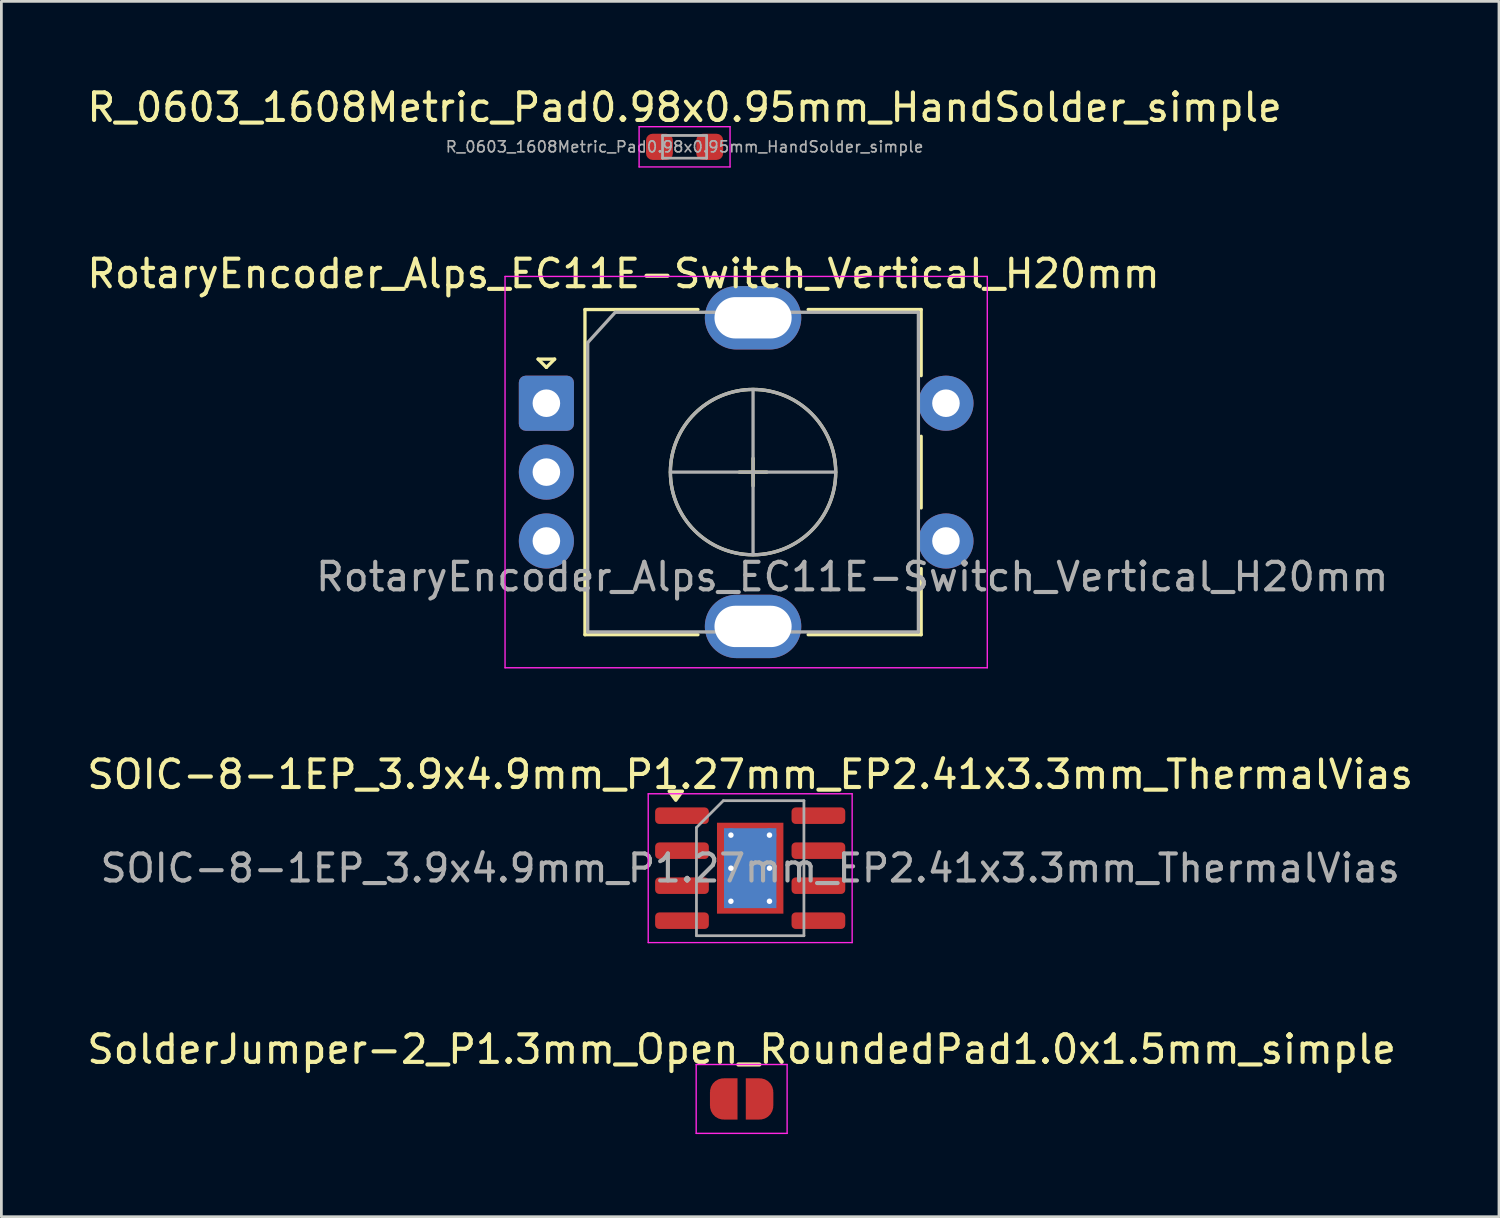
<source format=kicad_pcb>
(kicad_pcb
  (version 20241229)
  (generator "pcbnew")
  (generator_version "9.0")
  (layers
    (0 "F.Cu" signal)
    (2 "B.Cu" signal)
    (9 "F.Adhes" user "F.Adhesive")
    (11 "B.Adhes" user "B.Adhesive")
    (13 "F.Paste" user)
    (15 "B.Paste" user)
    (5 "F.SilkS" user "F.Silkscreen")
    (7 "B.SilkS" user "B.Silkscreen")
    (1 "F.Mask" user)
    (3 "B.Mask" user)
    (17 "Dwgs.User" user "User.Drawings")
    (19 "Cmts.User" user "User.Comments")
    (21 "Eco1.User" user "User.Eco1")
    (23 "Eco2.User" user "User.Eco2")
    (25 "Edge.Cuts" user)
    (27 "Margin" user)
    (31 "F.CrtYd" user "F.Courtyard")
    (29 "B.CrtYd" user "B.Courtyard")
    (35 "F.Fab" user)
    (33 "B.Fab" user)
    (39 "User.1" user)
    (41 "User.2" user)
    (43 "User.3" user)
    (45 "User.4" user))
  (footprint "RotaryEncoder_Alps_EC11E-Switch_Vertical_H20mm"
    (layer "F.Cu")
    (at 16.777 11.582)
    (property "Reference" "RotaryEncoder_Alps_EC11E-Switch_Vertical_H20mm" (at 2.8 -4.7 0) (layer "F.SilkS") (effects (font (size 1 1) (thickness 0.15))))
    (attr through_hole)
    (fp_line (start -0.3 -1.6) (end 0.3 -1.6) (stroke (width 0.12) (type solid)) (layer "F.SilkS"))
    (fp_line (start 0 -1.3) (end -0.3 -1.6) (stroke (width 0.12) (type solid)) (layer "F.SilkS"))
    (fp_line (start 0.3 -1.6) (end 0 -1.3) (stroke (width 0.12) (type solid)) (layer "F.SilkS"))
    (fp_line (start 1.4 -3.4) (end 1.4 8.4) (stroke (width 0.12) (type solid)) (layer "F.SilkS"))
    (fp_line (start 5.5 -3.4) (end 1.4 -3.4) (stroke (width 0.12) (type solid)) (layer "F.SilkS"))
    (fp_line (start 5.5 8.4) (end 1.4 8.4) (stroke (width 0.12) (type solid)) (layer "F.SilkS"))
    (fp_line (start 7 2.5) (end 8 2.5) (stroke (width 0.12) (type solid)) (layer "F.SilkS"))
    (fp_line (start 7.5 2) (end 7.5 3) (stroke (width 0.12) (type solid)) (layer "F.SilkS"))
    (fp_line (start 9.5 -3.4) (end 13.6 -3.4) (stroke (width 0.12) (type solid)) (layer "F.SilkS"))
    (fp_line (start 13.6 -3.4) (end 13.6 -1) (stroke (width 0.12) (type solid)) (layer "F.SilkS"))
    (fp_line (start 13.6 1.2) (end 13.6 3.8) (stroke (width 0.12) (type solid)) (layer "F.SilkS"))
    (fp_line (start 13.6 6) (end 13.6 8.4) (stroke (width 0.12) (type solid)) (layer "F.SilkS"))
    (fp_line (start 13.6 8.4) (end 9.5 8.4) (stroke (width 0.12) (type solid)) (layer "F.SilkS"))
    (fp_circle (center 7.5 2.5) (end 10.5 2.5) (stroke (width 0.12) (type solid)) (fill no) (layer "F.SilkS"))
    (fp_line (start -1.5 -4.6) (end -1.5 9.6) (stroke (width 0.05) (type solid)) (layer "F.CrtYd"))
    (fp_line (start -1.5 -4.6) (end 16 -4.6) (stroke (width 0.05) (type solid)) (layer "F.CrtYd"))
    (fp_line (start 16 9.6) (end -1.5 9.6) (stroke (width 0.05) (type solid)) (layer "F.CrtYd"))
    (fp_line (start 16 9.6) (end 16 -4.6) (stroke (width 0.05) (type solid)) (layer "F.CrtYd"))
    (fp_line (start 1.5 -2.2) (end 2.5 -3.3) (stroke (width 0.12) (type solid)) (layer "F.Fab"))
    (fp_line (start 1.5 8.3) (end 1.5 -2.2) (stroke (width 0.12) (type solid)) (layer "F.Fab"))
    (fp_line (start 2.5 -3.3) (end 13.5 -3.3) (stroke (width 0.12) (type solid)) (layer "F.Fab"))
    (fp_line (start 4.5 2.5) (end 10.5 2.5) (stroke (width 0.12) (type solid)) (layer "F.Fab"))
    (fp_line (start 7.5 -0.5) (end 7.5 5.5) (stroke (width 0.12) (type solid)) (layer "F.Fab"))
    (fp_line (start 13.5 -3.3) (end 13.5 8.3) (stroke (width 0.12) (type solid)) (layer "F.Fab"))
    (fp_line (start 13.5 8.3) (end 1.5 8.3) (stroke (width 0.12) (type solid)) (layer "F.Fab"))
    (fp_circle (center 7.5 2.5) (end 10.5 2.5) (stroke (width 0.12) (type solid)) (fill no) (layer "F.Fab"))
    (fp_text user "${REFERENCE}" (at 11.1 6.3 0) (layer "F.Fab") (effects (font (size 1 1) (thickness 0.15))))
    (pad "A" thru_hole roundrect (at 0 0) (size 2 2) (drill 1) (layers "*.Cu" "*.Mask") (roundrect_rratio 0.125))
    (pad "B" thru_hole circle (at 0 5) (size 2 2) (drill 1) (layers "*.Cu" "*.Mask"))
    (pad "C" thru_hole circle (at 0 2.5) (size 2 2) (drill 1) (layers "*.Cu" "*.Mask"))
    (pad "MP" thru_hole oval (at 7.5 -3.1) (size 3.5 2.3) (drill oval 2.8 1.5) (layers "*.Cu" "*.Mask"))
    (pad "MP" thru_hole oval (at 7.5 8.1) (size 3.5 2.3) (drill oval 2.8 1.5) (layers "*.Cu" "*.Mask"))
    (pad "S1" thru_hole circle (at 14.5 5) (size 2 2) (drill 1) (layers "*.Cu" "*.Mask"))
    (pad "S2" thru_hole circle (at 14.5 0) (size 2 2) (drill 1) (layers "*.Cu" "*.Mask")))
  (footprint "SOIC-8-1EP_3.9x4.9mm_P1.27mm_EP2.41x3.3mm_ThermalVias"
    (layer "F.Cu")
    (at 24.173 28.455)
    (property "Reference" "SOIC-8-1EP_3.9x4.9mm_P1.27mm_EP2.41x3.3mm_ThermalVias" (at 0 -3.4 0) (layer "F.SilkS") (effects (font (size 1 1) (thickness 0.15))))
    (attr smd)
    (fp_poly (pts (xy -2.7 -2.465) (xy -2.94 -2.795) (xy -2.46 -2.795) (xy -2.7 -2.465)) (stroke (width 0.12) (type solid)) (fill yes) (layer "F.SilkS"))
    (fp_line (start -3.7 -2.7) (end -3.7 2.7) (stroke (width 0.05) (type solid)) (layer "F.CrtYd"))
    (fp_line (start -3.7 2.7) (end 3.7 2.7) (stroke (width 0.05) (type solid)) (layer "F.CrtYd"))
    (fp_line (start 3.7 -2.7) (end -3.7 -2.7) (stroke (width 0.05) (type solid)) (layer "F.CrtYd"))
    (fp_line (start 3.7 2.7) (end 3.7 -2.7) (stroke (width 0.05) (type solid)) (layer "F.CrtYd"))
    (fp_line (start -1.95 -1.475) (end -0.975 -2.45) (stroke (width 0.1) (type solid)) (layer "F.Fab"))
    (fp_line (start -1.95 2.45) (end -1.95 -1.475) (stroke (width 0.1) (type solid)) (layer "F.Fab"))
    (fp_line (start -0.975 -2.45) (end 1.95 -2.45) (stroke (width 0.1) (type solid)) (layer "F.Fab"))
    (fp_line (start 1.95 -2.45) (end 1.95 2.45) (stroke (width 0.1) (type solid)) (layer "F.Fab"))
    (fp_line (start 1.95 2.45) (end -1.95 2.45) (stroke (width 0.1) (type solid)) (layer "F.Fab"))
    (fp_text user "${REFERENCE}" (at 0 0 0) (layer "F.Fab") (effects (font (size 0.98 0.98) (thickness 0.15))))
    (pad "" smd roundrect (at -0.6 -0.825) (size 1.01 1.38) (layers "F.Paste") (roundrect_rratio 0.248))
    (pad "" smd roundrect (at -0.6 0.825) (size 1.01 1.38) (layers "F.Paste") (roundrect_rratio 0.248))
    (pad "" smd roundrect (at 0.6 -0.825) (size 1.01 1.38) (layers "F.Paste") (roundrect_rratio 0.248))
    (pad "" smd roundrect (at 0.6 0.825) (size 1.01 1.38) (layers "F.Paste") (roundrect_rratio 0.248))
    (pad "1" smd roundrect (at -2.475 -1.905) (size 1.95 0.6) (layers "F.Cu" "F.Mask" "F.Paste") (roundrect_rratio 0.25))
    (pad "2" smd roundrect (at -2.475 -0.635) (size 1.95 0.6) (layers "F.Cu" "F.Mask" "F.Paste") (roundrect_rratio 0.25))
    (pad "3" smd roundrect (at -2.475 0.635) (size 1.95 0.6) (layers "F.Cu" "F.Mask" "F.Paste") (roundrect_rratio 0.25))
    (pad "4" smd roundrect (at -2.475 1.905) (size 1.95 0.6) (layers "F.Cu" "F.Mask" "F.Paste") (roundrect_rratio 0.25))
    (pad "5" smd roundrect (at 2.475 1.905) (size 1.95 0.6) (layers "F.Cu" "F.Mask" "F.Paste") (roundrect_rratio 0.25))
    (pad "6" smd roundrect (at 2.475 0.635) (size 1.95 0.6) (layers "F.Cu" "F.Mask" "F.Paste") (roundrect_rratio 0.25))
    (pad "7" smd roundrect (at 2.475 -0.635) (size 1.95 0.6) (layers "F.Cu" "F.Mask" "F.Paste") (roundrect_rratio 0.25))
    (pad "8" smd roundrect (at 2.475 -1.905) (size 1.95 0.6) (layers "F.Cu" "F.Mask" "F.Paste") (roundrect_rratio 0.25))
    (pad "9" thru_hole circle (at -0.7 -1.2) (size 0.5 0.5) (drill 0.2) (property pad_prop_heatsink) (layers "*.Cu"))
    (pad "9" thru_hole circle (at -0.7 0) (size 0.5 0.5) (drill 0.2) (property pad_prop_heatsink) (layers "*.Cu"))
    (pad "9" thru_hole circle (at -0.7 1.2) (size 0.5 0.5) (drill 0.2) (property pad_prop_heatsink) (layers "*.Cu"))
    (pad "9" smd rect (at 0 0) (size 1.9 2.9) (property pad_prop_heatsink) (layers "B.Cu"))
    (pad "9" smd rect (at 0 0) (size 2.41 3.3) (property pad_prop_heatsink) (layers "F.Cu" "F.Mask"))
    (pad "9" thru_hole circle (at 0.7 -1.2) (size 0.5 0.5) (drill 0.2) (property pad_prop_heatsink) (layers "*.Cu"))
    (pad "9" thru_hole circle (at 0.7 0) (size 0.5 0.5) (drill 0.2) (property pad_prop_heatsink) (layers "*.Cu"))
    (pad "9" thru_hole circle (at 0.7 1.2) (size 0.5 0.5) (drill 0.2) (property pad_prop_heatsink) (layers "*.Cu")))
  (footprint "SolderJumper-2_P1.3mm_Open_RoundedPad1.0x1.5mm_simple"
    (layer "F.Cu")
    (at 23.863 36.828)
    (property "Reference" "SolderJumper-2_P1.3mm_Open_RoundedPad1.0x1.5mm_simple" (at 0 -1.8 0) (layer "F.SilkS") (effects (font (size 1 1) (thickness 0.15))))
    (attr exclude_from_pos_files exclude_from_bom)
    (fp_line (start -1.65 -1.25) (end -1.65 1.25) (stroke (width 0.05) (type solid)) (layer "F.CrtYd"))
    (fp_line (start -1.65 -1.25) (end 1.65 -1.25) (stroke (width 0.05) (type solid)) (layer "F.CrtYd"))
    (fp_line (start 1.65 1.25) (end -1.65 1.25) (stroke (width 0.05) (type solid)) (layer "F.CrtYd"))
    (fp_line (start 1.65 1.25) (end 1.65 -1.25) (stroke (width 0.05) (type solid)) (layer "F.CrtYd"))
    (pad "1" smd custom (at -0.65 0) (size 1 0.5) (layers "F.Cu" "F.Mask") (options (anchor rect)) (primitives (gr_circle (center 0 0.25) (end 0.5 0.25) (width 0) (fill yes)) (gr_circle (center 0 -0.25) (end 0.5 -0.25) (width 0) (fill yes)) (gr_poly (pts (xy 0.5 0.75) (xy 0 0.75) (xy 0 -0.75) (xy 0.5 -0.75)) (width 0) (fill yes))))
    (pad "2" smd custom (at 0.65 0) (size 1 0.5) (layers "F.Cu" "F.Mask") (options (anchor rect)) (primitives (gr_circle (center 0 0.25) (end 0.5 0.25) (width 0) (fill yes)) (gr_circle (center 0 -0.25) (end 0.5 -0.25) (width 0) (fill yes)) (gr_poly (pts (xy 0 0.75) (xy -0.5 0.75) (xy -0.5 -0.75) (xy 0 -0.75)) (width 0) (fill yes)))))
  (footprint "R_0603_1608Metric_Pad0.98x0.95mm_HandSolder_simple"
    (layer "F.Cu")
    (at 21.792 2.278)
    (property "Reference" "R_0603_1608Metric_Pad0.98x0.95mm_HandSolder_simple" (at 0 -1.43 0) (layer "F.SilkS") (effects (font (size 1 1) (thickness 0.15))))
    (attr smd)
    (fp_line (start -1.65 -0.73) (end 1.65 -0.73) (stroke (width 0.05) (type solid)) (layer "F.CrtYd"))
    (fp_line (start -1.65 0.73) (end -1.65 -0.73) (stroke (width 0.05) (type solid)) (layer "F.CrtYd"))
    (fp_line (start 1.65 -0.73) (end 1.65 0.73) (stroke (width 0.05) (type solid)) (layer "F.CrtYd"))
    (fp_line (start 1.65 0.73) (end -1.65 0.73) (stroke (width 0.05) (type solid)) (layer "F.CrtYd"))
    (fp_line (start -0.8 -0.412) (end 0.8 -0.412) (stroke (width 0.1) (type solid)) (layer "F.Fab"))
    (fp_line (start -0.8 0.412) (end -0.8 -0.412) (stroke (width 0.1) (type solid)) (layer "F.Fab"))
    (fp_line (start 0.8 -0.412) (end 0.8 0.412) (stroke (width 0.1) (type solid)) (layer "F.Fab"))
    (fp_line (start 0.8 0.412) (end -0.8 0.412) (stroke (width 0.1) (type solid)) (layer "F.Fab"))
    (fp_text user "${REFERENCE}" (at 0 0 0) (layer "F.Fab") (effects (font (size 0.4 0.4) (thickness 0.06))))
    (pad "1" smd roundrect (at -0.912 0) (size 0.975 0.95) (layers "F.Cu" "F.Mask" "F.Paste") (roundrect_rratio 0.25))
    (pad "2" smd roundrect (at 0.912 0) (size 0.975 0.95) (layers "F.Cu" "F.Mask" "F.Paste") (roundrect_rratio 0.25)))
  (gr_rect
    (start -3 -3)
    (end 51.345 41.103)
    (stroke (width 0.1) (type default))
    (fill no)
    (layer "Edge.Cuts")))
</source>
